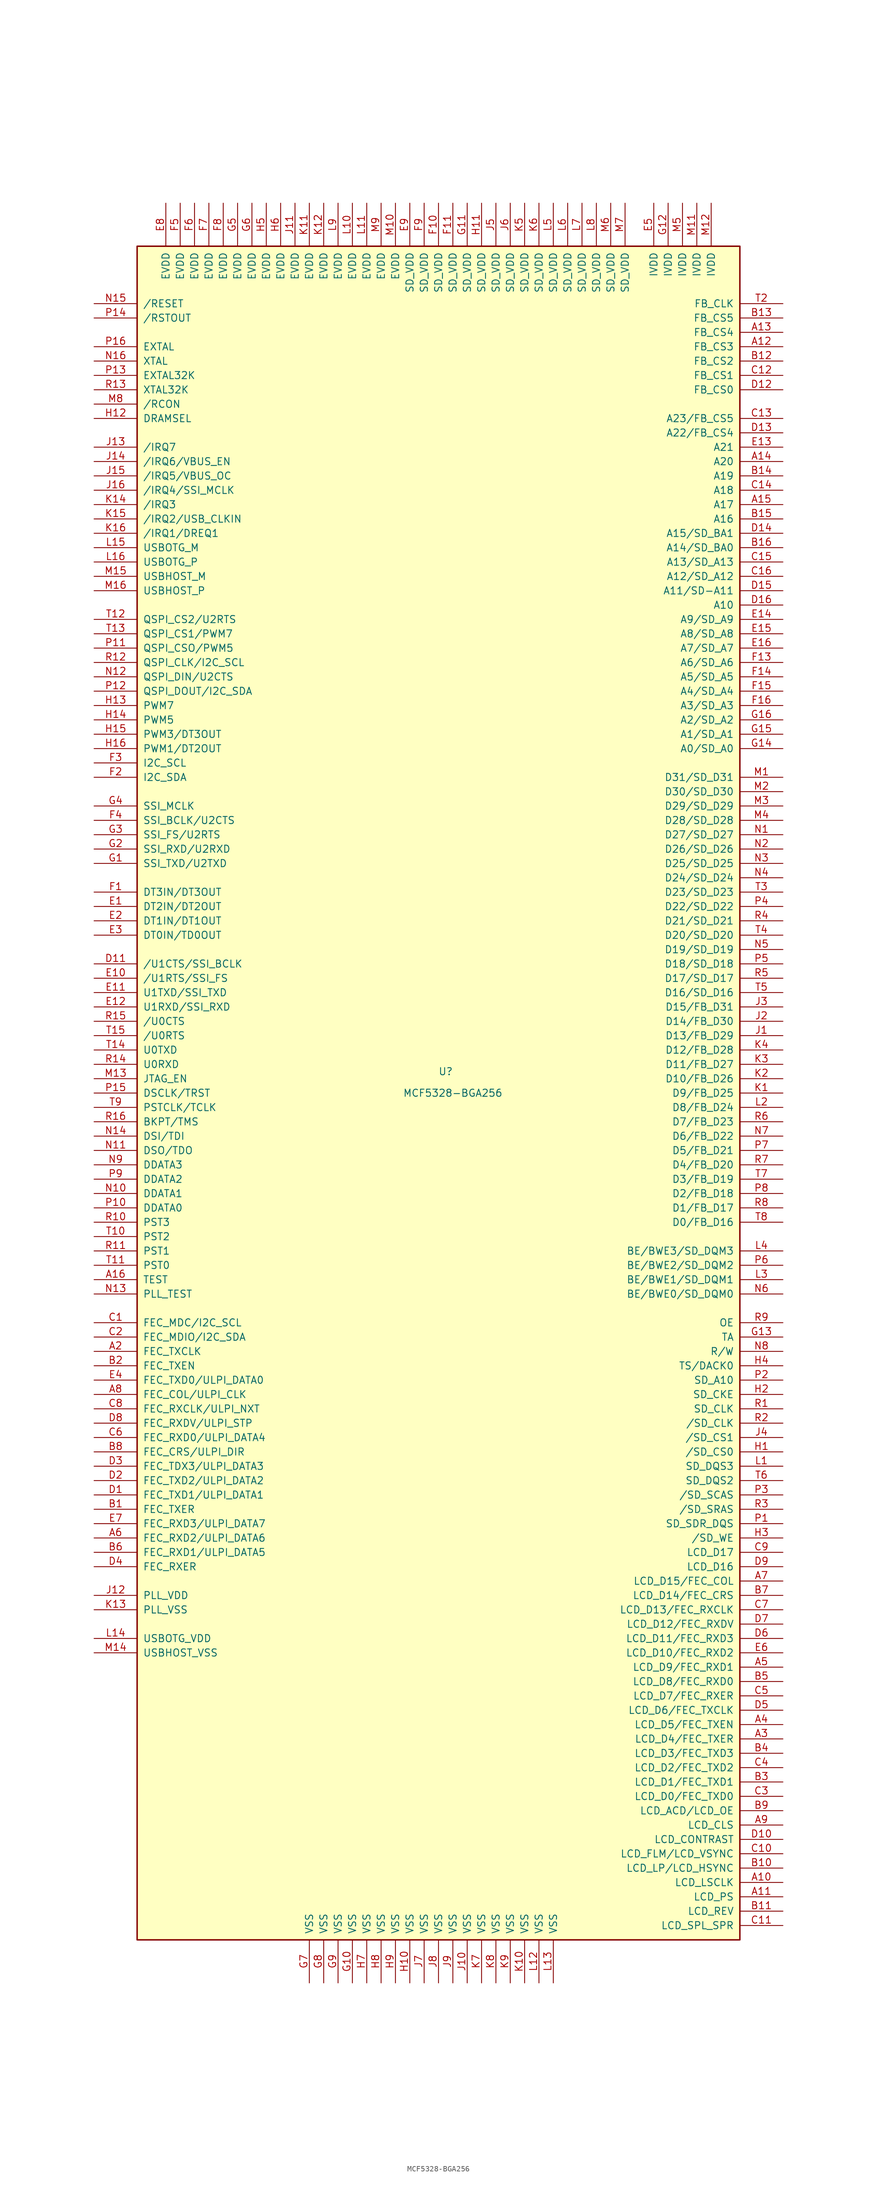
<source format=kicad_sym>
(kicad_symbol_lib
  (version 20201005)
  (generator kicad_symbol_editor)
  (symbol "MCU_NXP_ColdFire:MCF5328-BGA256"
    (pin_names
      (offset 1.016))
    (property "Reference" "U"
      (at 1.27 3.81 0)
      (effects (font (size 1.27 1.27))))
    (property "Value" "MCF5328-BGA256"
      (at 2.54 0 0)
      (effects (font (size 1.27 1.27))))
    (symbol "MCF5328-BGA256_0_1"
      (rectangle (start -53.34 149.86) (end 53.34 -149.86) (stroke (width 0.254)) (fill (type background))))
    (symbol "MCF5328-BGA256_1_1"
      (pin output line (at 60.96 -139.7 180) (length 7.62) (name "LCD_LSCLK" (effects (font (size 1.27 1.27)))) (number "A10" (effects (font (size 1.27 1.27)))))
      (pin output line (at 60.96 -142.24 180) (length 7.62) (name "LCD_PS" (effects (font (size 1.27 1.27)))) (number "A11" (effects (font (size 1.27 1.27)))))
      (pin output line (at 60.96 132.08 180) (length 7.62) (name "FB_CS3" (effects (font (size 1.27 1.27)))) (number "A12" (effects (font (size 1.27 1.27)))))
      (pin output line (at 60.96 134.62 180) (length 7.62) (name "FB_CS4" (effects (font (size 1.27 1.27)))) (number "A13" (effects (font (size 1.27 1.27)))))
      (pin output line (at 60.96 111.76 180) (length 7.62) (name "A20" (effects (font (size 1.27 1.27)))) (number "A14" (effects (font (size 1.27 1.27)))))
      (pin output line (at 60.96 104.14 180) (length 7.62) (name "A17" (effects (font (size 1.27 1.27)))) (number "A15" (effects (font (size 1.27 1.27)))))
      (pin input line (at -60.96 -33.02 0) (length 7.62) (name "TEST" (effects (font (size 1.27 1.27)))) (number "A16" (effects (font (size 1.27 1.27)))))
      (pin input line (at -60.96 -45.72 0) (length 7.62) (name "FEC_TXCLK" (effects (font (size 1.27 1.27)))) (number "A2" (effects (font (size 1.27 1.27)))))
      (pin output line (at 60.96 -114.3 180) (length 7.62) (name "LCD_D4/FEC_TXER" (effects (font (size 1.27 1.27)))) (number "A3" (effects (font (size 1.27 1.27)))))
      (pin output line (at 60.96 -111.76 180) (length 7.62) (name "LCD_D5/FEC_TXEN" (effects (font (size 1.27 1.27)))) (number "A4" (effects (font (size 1.27 1.27)))))
      (pin output line (at 60.96 -101.6 180) (length 7.62) (name "LCD_D9/FEC_RXD1" (effects (font (size 1.27 1.27)))) (number "A5" (effects (font (size 1.27 1.27)))))
      (pin input line (at -60.96 -78.74 0) (length 7.62) (name "FEC_RXD2/ULPI_DATA6" (effects (font (size 1.27 1.27)))) (number "A6" (effects (font (size 1.27 1.27)))))
      (pin output line (at 60.96 -86.36 180) (length 7.62) (name "LCD_D15/FEC_COL" (effects (font (size 1.27 1.27)))) (number "A7" (effects (font (size 1.27 1.27)))))
      (pin input line (at -60.96 -53.34 0) (length 7.62) (name "FEC_COL/ULPI_CLK" (effects (font (size 1.27 1.27)))) (number "A8" (effects (font (size 1.27 1.27)))))
      (pin output line (at 60.96 -129.54 180) (length 7.62) (name "LCD_CLS" (effects (font (size 1.27 1.27)))) (number "A9" (effects (font (size 1.27 1.27)))))
      (pin output line (at -60.96 -73.66 0) (length 7.62) (name "FEC_TXER" (effects (font (size 1.27 1.27)))) (number "B1" (effects (font (size 1.27 1.27)))))
      (pin output line (at 60.96 -137.16 180) (length 7.62) (name "LCD_LP/LCD_HSYNC" (effects (font (size 1.27 1.27)))) (number "B10" (effects (font (size 1.27 1.27)))))
      (pin output line (at 60.96 -144.78 180) (length 7.62) (name "LCD_REV" (effects (font (size 1.27 1.27)))) (number "B11" (effects (font (size 1.27 1.27)))))
      (pin output line (at 60.96 129.54 180) (length 7.62) (name "FB_CS2" (effects (font (size 1.27 1.27)))) (number "B12" (effects (font (size 1.27 1.27)))))
      (pin output line (at 60.96 137.16 180) (length 7.62) (name "FB_CS5" (effects (font (size 1.27 1.27)))) (number "B13" (effects (font (size 1.27 1.27)))))
      (pin output line (at 60.96 109.22 180) (length 7.62) (name "A19" (effects (font (size 1.27 1.27)))) (number "B14" (effects (font (size 1.27 1.27)))))
      (pin output line (at 60.96 101.6 180) (length 7.62) (name "A16" (effects (font (size 1.27 1.27)))) (number "B15" (effects (font (size 1.27 1.27)))))
      (pin output line (at 60.96 96.52 180) (length 7.62) (name "A14/SD_BA0" (effects (font (size 1.27 1.27)))) (number "B16" (effects (font (size 1.27 1.27)))))
      (pin output line (at -60.96 -48.26 0) (length 7.62) (name "FEC_TXEN" (effects (font (size 1.27 1.27)))) (number "B2" (effects (font (size 1.27 1.27)))))
      (pin output line (at 60.96 -121.92 180) (length 7.62) (name "LCD_D1/FEC_TXD1" (effects (font (size 1.27 1.27)))) (number "B3" (effects (font (size 1.27 1.27)))))
      (pin output line (at 60.96 -116.84 180) (length 7.62) (name "LCD_D3/FEC_TXD3" (effects (font (size 1.27 1.27)))) (number "B4" (effects (font (size 1.27 1.27)))))
      (pin output line (at 60.96 -104.14 180) (length 7.62) (name "LCD_D8/FEC_RXD0" (effects (font (size 1.27 1.27)))) (number "B5" (effects (font (size 1.27 1.27)))))
      (pin input line (at -60.96 -81.28 0) (length 7.62) (name "FEC_RXD1/ULPI_DATA5" (effects (font (size 1.27 1.27)))) (number "B6" (effects (font (size 1.27 1.27)))))
      (pin output line (at 60.96 -88.9 180) (length 7.62) (name "LCD_D14/FEC_CRS" (effects (font (size 1.27 1.27)))) (number "B7" (effects (font (size 1.27 1.27)))))
      (pin input line (at -60.96 -63.5 0) (length 7.62) (name "FEC_CRS/ULPI_DIR" (effects (font (size 1.27 1.27)))) (number "B8" (effects (font (size 1.27 1.27)))))
      (pin output line (at 60.96 -127 180) (length 7.62) (name "LCD_ACD/LCD_OE" (effects (font (size 1.27 1.27)))) (number "B9" (effects (font (size 1.27 1.27)))))
      (pin output line (at -60.96 -40.64 0) (length 7.62) (name "FEC_MDC/I2C_SCL" (effects (font (size 1.27 1.27)))) (number "C1" (effects (font (size 1.27 1.27)))))
      (pin output line (at 60.96 -134.62 180) (length 7.62) (name "LCD_FLM/LCD_VSYNC" (effects (font (size 1.27 1.27)))) (number "C10" (effects (font (size 1.27 1.27)))))
      (pin output line (at 60.96 -147.32 180) (length 7.62) (name "LCD_SPL_SPR" (effects (font (size 1.27 1.27)))) (number "C11" (effects (font (size 1.27 1.27)))))
      (pin output line (at 60.96 127 180) (length 7.62) (name "FB_CS1" (effects (font (size 1.27 1.27)))) (number "C12" (effects (font (size 1.27 1.27)))))
      (pin output line (at 60.96 119.38 180) (length 7.62) (name "A23/FB_CS5" (effects (font (size 1.27 1.27)))) (number "C13" (effects (font (size 1.27 1.27)))))
      (pin output line (at 60.96 106.68 180) (length 7.62) (name "A18" (effects (font (size 1.27 1.27)))) (number "C14" (effects (font (size 1.27 1.27)))))
      (pin output line (at 60.96 93.98 180) (length 7.62) (name "A13/SD_A13" (effects (font (size 1.27 1.27)))) (number "C15" (effects (font (size 1.27 1.27)))))
      (pin output line (at 60.96 91.44 180) (length 7.62) (name "A12/SD_A12" (effects (font (size 1.27 1.27)))) (number "C16" (effects (font (size 1.27 1.27)))))
      (pin bidirectional line (at -60.96 -43.18 0) (length 7.62) (name "FEC_MDIO/I2C_SDA" (effects (font (size 1.27 1.27)))) (number "C2" (effects (font (size 1.27 1.27)))))
      (pin output line (at 60.96 -124.46 180) (length 7.62) (name "LCD_D0/FEC_TXD0" (effects (font (size 1.27 1.27)))) (number "C3" (effects (font (size 1.27 1.27)))))
      (pin output line (at 60.96 -119.38 180) (length 7.62) (name "LCD_D2/FEC_TXD2" (effects (font (size 1.27 1.27)))) (number "C4" (effects (font (size 1.27 1.27)))))
      (pin output line (at 60.96 -106.68 180) (length 7.62) (name "LCD_D7/FEC_RXER" (effects (font (size 1.27 1.27)))) (number "C5" (effects (font (size 1.27 1.27)))))
      (pin input line (at -60.96 -60.96 0) (length 7.62) (name "FEC_RXD0/ULPI_DATA4" (effects (font (size 1.27 1.27)))) (number "C6" (effects (font (size 1.27 1.27)))))
      (pin output line (at 60.96 -91.44 180) (length 7.62) (name "LCD_D13/FEC_RXCLK" (effects (font (size 1.27 1.27)))) (number "C7" (effects (font (size 1.27 1.27)))))
      (pin input line (at -60.96 -55.88 0) (length 7.62) (name "FEC_RXCLK/ULPI_NXT" (effects (font (size 1.27 1.27)))) (number "C8" (effects (font (size 1.27 1.27)))))
      (pin output line (at 60.96 -81.28 180) (length 7.62) (name "LCD_D17" (effects (font (size 1.27 1.27)))) (number "C9" (effects (font (size 1.27 1.27)))))
      (pin output line (at -60.96 -71.12 0) (length 7.62) (name "FEC_TXD1/ULPI_DATA1" (effects (font (size 1.27 1.27)))) (number "D1" (effects (font (size 1.27 1.27)))))
      (pin output line (at 60.96 -132.08 180) (length 7.62) (name "LCD_CONTRAST" (effects (font (size 1.27 1.27)))) (number "D10" (effects (font (size 1.27 1.27)))))
      (pin input line (at -60.96 22.86 0) (length 7.62) (name "/U1CTS/SSI_BCLK" (effects (font (size 1.27 1.27)))) (number "D11" (effects (font (size 1.27 1.27)))))
      (pin output line (at 60.96 124.46 180) (length 7.62) (name "FB_CS0" (effects (font (size 1.27 1.27)))) (number "D12" (effects (font (size 1.27 1.27)))))
      (pin output line (at 60.96 116.84 180) (length 7.62) (name "A22/FB_CS4" (effects (font (size 1.27 1.27)))) (number "D13" (effects (font (size 1.27 1.27)))))
      (pin output line (at 60.96 99.06 180) (length 7.62) (name "A15/SD_BA1" (effects (font (size 1.27 1.27)))) (number "D14" (effects (font (size 1.27 1.27)))))
      (pin output line (at 60.96 88.9 180) (length 7.62) (name "A11/SD-A11" (effects (font (size 1.27 1.27)))) (number "D15" (effects (font (size 1.27 1.27)))))
      (pin output line (at 60.96 86.36 180) (length 7.62) (name "A10" (effects (font (size 1.27 1.27)))) (number "D16" (effects (font (size 1.27 1.27)))))
      (pin output line (at -60.96 -68.58 0) (length 7.62) (name "FEC_TXD2/ULPI_DATA2" (effects (font (size 1.27 1.27)))) (number "D2" (effects (font (size 1.27 1.27)))))
      (pin output line (at -60.96 -66.04 0) (length 7.62) (name "FEC_TDX3/ULPI_DATA3" (effects (font (size 1.27 1.27)))) (number "D3" (effects (font (size 1.27 1.27)))))
      (pin input line (at -60.96 -83.82 0) (length 7.62) (name "FEC_RXER" (effects (font (size 1.27 1.27)))) (number "D4" (effects (font (size 1.27 1.27)))))
      (pin output line (at 60.96 -109.22 180) (length 7.62) (name "LCD_D6/FEC_TXCLK" (effects (font (size 1.27 1.27)))) (number "D5" (effects (font (size 1.27 1.27)))))
      (pin output line (at 60.96 -96.52 180) (length 7.62) (name "LCD_D11/FEC_RXD3" (effects (font (size 1.27 1.27)))) (number "D6" (effects (font (size 1.27 1.27)))))
      (pin output line (at 60.96 -93.98 180) (length 7.62) (name "LCD_D12/FEC_RXDV" (effects (font (size 1.27 1.27)))) (number "D7" (effects (font (size 1.27 1.27)))))
      (pin input line (at -60.96 -58.42 0) (length 7.62) (name "FEC_RXDV/ULPI_STP" (effects (font (size 1.27 1.27)))) (number "D8" (effects (font (size 1.27 1.27)))))
      (pin output line (at 60.96 -83.82 180) (length 7.62) (name "LCD_D16" (effects (font (size 1.27 1.27)))) (number "D9" (effects (font (size 1.27 1.27)))))
      (pin input line (at -60.96 33.02 0) (length 7.62) (name "DT2IN/DT2OUT" (effects (font (size 1.27 1.27)))) (number "E1" (effects (font (size 1.27 1.27)))))
      (pin output line (at -60.96 20.32 0) (length 7.62) (name "/U1RTS/SSI_FS" (effects (font (size 1.27 1.27)))) (number "E10" (effects (font (size 1.27 1.27)))))
      (pin output line (at -60.96 17.78 0) (length 7.62) (name "U1TXD/SSI_TXD" (effects (font (size 1.27 1.27)))) (number "E11" (effects (font (size 1.27 1.27)))))
      (pin input line (at -60.96 15.24 0) (length 7.62) (name "U1RXD/SSI_RXD" (effects (font (size 1.27 1.27)))) (number "E12" (effects (font (size 1.27 1.27)))))
      (pin output line (at 60.96 114.3 180) (length 7.62) (name "A21" (effects (font (size 1.27 1.27)))) (number "E13" (effects (font (size 1.27 1.27)))))
      (pin output line (at 60.96 83.82 180) (length 7.62) (name "A9/SD_A9" (effects (font (size 1.27 1.27)))) (number "E14" (effects (font (size 1.27 1.27)))))
      (pin output line (at 60.96 81.28 180) (length 7.62) (name "A8/SD_A8" (effects (font (size 1.27 1.27)))) (number "E15" (effects (font (size 1.27 1.27)))))
      (pin output line (at 60.96 78.74 180) (length 7.62) (name "A7/SD_A7" (effects (font (size 1.27 1.27)))) (number "E16" (effects (font (size 1.27 1.27)))))
      (pin input line (at -60.96 30.48 0) (length 7.62) (name "DT1IN/DT1OUT" (effects (font (size 1.27 1.27)))) (number "E2" (effects (font (size 1.27 1.27)))))
      (pin input line (at -60.96 27.94 0) (length 7.62) (name "DT0IN/TD0OUT" (effects (font (size 1.27 1.27)))) (number "E3" (effects (font (size 1.27 1.27)))))
      (pin output line (at -60.96 -50.8 0) (length 7.62) (name "FEC_TXD0/ULPI_DATA0" (effects (font (size 1.27 1.27)))) (number "E4" (effects (font (size 1.27 1.27)))))
      (pin power_in line (at 38.1 157.48 270) (length 7.62) (name "IVDD" (effects (font (size 1.27 1.27)))) (number "E5" (effects (font (size 1.27 1.27)))))
      (pin output line (at 60.96 -99.06 180) (length 7.62) (name "LCD_D10/FEC_RXD2" (effects (font (size 1.27 1.27)))) (number "E6" (effects (font (size 1.27 1.27)))))
      (pin input line (at -60.96 -76.2 0) (length 7.62) (name "FEC_RXD3/ULPI_DATA7" (effects (font (size 1.27 1.27)))) (number "E7" (effects (font (size 1.27 1.27)))))
      (pin power_in line (at -48.26 157.48 270) (length 7.62) (name "EVDD" (effects (font (size 1.27 1.27)))) (number "E8" (effects (font (size 1.27 1.27)))))
      (pin power_in line (at -5.08 157.48 270) (length 7.62) (name "SD_VDD" (effects (font (size 1.27 1.27)))) (number "E9" (effects (font (size 1.27 1.27)))))
      (pin input line (at -60.96 35.56 0) (length 7.62) (name "DT3IN/DT3OUT" (effects (font (size 1.27 1.27)))) (number "F1" (effects (font (size 1.27 1.27)))))
      (pin power_in line (at 0 157.48 270) (length 7.62) (name "SD_VDD" (effects (font (size 1.27 1.27)))) (number "F10" (effects (font (size 1.27 1.27)))))
      (pin power_in line (at 2.54 157.48 270) (length 7.62) (name "SD_VDD" (effects (font (size 1.27 1.27)))) (number "F11" (effects (font (size 1.27 1.27)))))
      (pin output line (at 60.96 76.2 180) (length 7.62) (name "A6/SD_A6" (effects (font (size 1.27 1.27)))) (number "F13" (effects (font (size 1.27 1.27)))))
      (pin output line (at 60.96 73.66 180) (length 7.62) (name "A5/SD_A5" (effects (font (size 1.27 1.27)))) (number "F14" (effects (font (size 1.27 1.27)))))
      (pin output line (at 60.96 71.12 180) (length 7.62) (name "A4/SD_A4" (effects (font (size 1.27 1.27)))) (number "F15" (effects (font (size 1.27 1.27)))))
      (pin output line (at 60.96 68.58 180) (length 7.62) (name "A3/SD_A3" (effects (font (size 1.27 1.27)))) (number "F16" (effects (font (size 1.27 1.27)))))
      (pin bidirectional line (at -60.96 55.88 0) (length 7.62) (name "I2C_SDA" (effects (font (size 1.27 1.27)))) (number "F2" (effects (font (size 1.27 1.27)))))
      (pin bidirectional line (at -60.96 58.42 0) (length 7.62) (name "I2C_SCL" (effects (font (size 1.27 1.27)))) (number "F3" (effects (font (size 1.27 1.27)))))
      (pin bidirectional line (at -60.96 48.26 0) (length 7.62) (name "SSI_BCLK/U2CTS" (effects (font (size 1.27 1.27)))) (number "F4" (effects (font (size 1.27 1.27)))))
      (pin power_in line (at -45.72 157.48 270) (length 7.62) (name "EVDD" (effects (font (size 1.27 1.27)))) (number "F5" (effects (font (size 1.27 1.27)))))
      (pin power_in line (at -43.18 157.48 270) (length 7.62) (name "EVDD" (effects (font (size 1.27 1.27)))) (number "F6" (effects (font (size 1.27 1.27)))))
      (pin power_in line (at -40.64 157.48 270) (length 7.62) (name "EVDD" (effects (font (size 1.27 1.27)))) (number "F7" (effects (font (size 1.27 1.27)))))
      (pin power_in line (at -38.1 157.48 270) (length 7.62) (name "EVDD" (effects (font (size 1.27 1.27)))) (number "F8" (effects (font (size 1.27 1.27)))))
      (pin power_in line (at -2.54 157.48 270) (length 7.62) (name "SD_VDD" (effects (font (size 1.27 1.27)))) (number "F9" (effects (font (size 1.27 1.27)))))
      (pin output line (at -60.96 40.64 0) (length 7.62) (name "SSI_TXD/U2TXD" (effects (font (size 1.27 1.27)))) (number "G1" (effects (font (size 1.27 1.27)))))
      (pin power_in line (at -15.24 -157.48 90) (length 7.62) (name "VSS" (effects (font (size 1.27 1.27)))) (number "G10" (effects (font (size 1.27 1.27)))))
      (pin power_in line (at 5.08 157.48 270) (length 7.62) (name "SD_VDD" (effects (font (size 1.27 1.27)))) (number "G11" (effects (font (size 1.27 1.27)))))
      (pin power_in line (at 40.64 157.48 270) (length 7.62) (name "IVDD" (effects (font (size 1.27 1.27)))) (number "G12" (effects (font (size 1.27 1.27)))))
      (pin input line (at 60.96 -43.18 180) (length 7.62) (name "TA" (effects (font (size 1.27 1.27)))) (number "G13" (effects (font (size 1.27 1.27)))))
      (pin output line (at 60.96 60.96 180) (length 7.62) (name "A0/SD_A0" (effects (font (size 1.27 1.27)))) (number "G14" (effects (font (size 1.27 1.27)))))
      (pin output line (at 60.96 63.5 180) (length 7.62) (name "A1/SD_A1" (effects (font (size 1.27 1.27)))) (number "G15" (effects (font (size 1.27 1.27)))))
      (pin output line (at 60.96 66.04 180) (length 7.62) (name "A2/SD_A2" (effects (font (size 1.27 1.27)))) (number "G16" (effects (font (size 1.27 1.27)))))
      (pin input line (at -60.96 43.18 0) (length 7.62) (name "SSI_RXD/U2RXD" (effects (font (size 1.27 1.27)))) (number "G2" (effects (font (size 1.27 1.27)))))
      (pin bidirectional line (at -60.96 45.72 0) (length 7.62) (name "SSI_FS/U2RTS" (effects (font (size 1.27 1.27)))) (number "G3" (effects (font (size 1.27 1.27)))))
      (pin bidirectional line (at -60.96 50.8 0) (length 7.62) (name "SSI_MCLK" (effects (font (size 1.27 1.27)))) (number "G4" (effects (font (size 1.27 1.27)))))
      (pin power_in line (at -35.56 157.48 270) (length 7.62) (name "EVDD" (effects (font (size 1.27 1.27)))) (number "G5" (effects (font (size 1.27 1.27)))))
      (pin power_in line (at -33.02 157.48 270) (length 7.62) (name "EVDD" (effects (font (size 1.27 1.27)))) (number "G6" (effects (font (size 1.27 1.27)))))
      (pin power_in line (at -22.86 -157.48 90) (length 7.62) (name "VSS" (effects (font (size 1.27 1.27)))) (number "G7" (effects (font (size 1.27 1.27)))))
      (pin power_in line (at -20.32 -157.48 90) (length 7.62) (name "VSS" (effects (font (size 1.27 1.27)))) (number "G8" (effects (font (size 1.27 1.27)))))
      (pin power_in line (at -17.78 -157.48 90) (length 7.62) (name "VSS" (effects (font (size 1.27 1.27)))) (number "G9" (effects (font (size 1.27 1.27)))))
      (pin output line (at 60.96 -63.5 180) (length 7.62) (name "/SD_CS0" (effects (font (size 1.27 1.27)))) (number "H1" (effects (font (size 1.27 1.27)))))
      (pin power_in line (at -5.08 -157.48 90) (length 7.62) (name "VSS" (effects (font (size 1.27 1.27)))) (number "H10" (effects (font (size 1.27 1.27)))))
      (pin power_in line (at 7.62 157.48 270) (length 7.62) (name "SD_VDD" (effects (font (size 1.27 1.27)))) (number "H11" (effects (font (size 1.27 1.27)))))
      (pin input line (at -60.96 119.38 0) (length 7.62) (name "DRAMSEL" (effects (font (size 1.27 1.27)))) (number "H12" (effects (font (size 1.27 1.27)))))
      (pin bidirectional line (at -60.96 68.58 0) (length 7.62) (name "PWM7" (effects (font (size 1.27 1.27)))) (number "H13" (effects (font (size 1.27 1.27)))))
      (pin bidirectional line (at -60.96 66.04 0) (length 7.62) (name "PWM5" (effects (font (size 1.27 1.27)))) (number "H14" (effects (font (size 1.27 1.27)))))
      (pin bidirectional line (at -60.96 63.5 0) (length 7.62) (name "PWM3/DT3OUT" (effects (font (size 1.27 1.27)))) (number "H15" (effects (font (size 1.27 1.27)))))
      (pin bidirectional line (at -60.96 60.96 0) (length 7.62) (name "PWM1/DT2OUT" (effects (font (size 1.27 1.27)))) (number "H16" (effects (font (size 1.27 1.27)))))
      (pin output line (at 60.96 -53.34 180) (length 7.62) (name "SD_CKE" (effects (font (size 1.27 1.27)))) (number "H2" (effects (font (size 1.27 1.27)))))
      (pin output line (at 60.96 -78.74 180) (length 7.62) (name "/SD_WE" (effects (font (size 1.27 1.27)))) (number "H3" (effects (font (size 1.27 1.27)))))
      (pin output line (at 60.96 -48.26 180) (length 7.62) (name "TS/DACK0" (effects (font (size 1.27 1.27)))) (number "H4" (effects (font (size 1.27 1.27)))))
      (pin power_in line (at -30.48 157.48 270) (length 7.62) (name "EVDD" (effects (font (size 1.27 1.27)))) (number "H5" (effects (font (size 1.27 1.27)))))
      (pin power_in line (at -27.94 157.48 270) (length 7.62) (name "EVDD" (effects (font (size 1.27 1.27)))) (number "H6" (effects (font (size 1.27 1.27)))))
      (pin power_in line (at -12.7 -157.48 90) (length 7.62) (name "VSS" (effects (font (size 1.27 1.27)))) (number "H7" (effects (font (size 1.27 1.27)))))
      (pin power_in line (at -10.16 -157.48 90) (length 7.62) (name "VSS" (effects (font (size 1.27 1.27)))) (number "H8" (effects (font (size 1.27 1.27)))))
      (pin power_in line (at -7.62 -157.48 90) (length 7.62) (name "VSS" (effects (font (size 1.27 1.27)))) (number "H9" (effects (font (size 1.27 1.27)))))
      (pin output line (at 60.96 10.16 180) (length 7.62) (name "D13/FB_D29" (effects (font (size 1.27 1.27)))) (number "J1" (effects (font (size 1.27 1.27)))))
      (pin power_in line (at 5.08 -157.48 90) (length 7.62) (name "VSS" (effects (font (size 1.27 1.27)))) (number "J10" (effects (font (size 1.27 1.27)))))
      (pin power_in line (at -25.4 157.48 270) (length 7.62) (name "EVDD" (effects (font (size 1.27 1.27)))) (number "J11" (effects (font (size 1.27 1.27)))))
      (pin power_in line (at -60.96 -88.9 0) (length 7.62) (name "PLL_VDD" (effects (font (size 1.27 1.27)))) (number "J12" (effects (font (size 1.27 1.27)))))
      (pin input line (at -60.96 114.3 0) (length 7.62) (name "/IRQ7" (effects (font (size 1.27 1.27)))) (number "J13" (effects (font (size 1.27 1.27)))))
      (pin input line (at -60.96 111.76 0) (length 7.62) (name "/IRQ6/VBUS_EN" (effects (font (size 1.27 1.27)))) (number "J14" (effects (font (size 1.27 1.27)))))
      (pin input line (at -60.96 109.22 0) (length 7.62) (name "/IRQ5/VBUS_OC" (effects (font (size 1.27 1.27)))) (number "J15" (effects (font (size 1.27 1.27)))))
      (pin input line (at -60.96 106.68 0) (length 7.62) (name "/IRQ4/SSI_MCLK" (effects (font (size 1.27 1.27)))) (number "J16" (effects (font (size 1.27 1.27)))))
      (pin output line (at 60.96 12.7 180) (length 7.62) (name "D14/FB_D30" (effects (font (size 1.27 1.27)))) (number "J2" (effects (font (size 1.27 1.27)))))
      (pin output line (at 60.96 15.24 180) (length 7.62) (name "D15/FB_D31" (effects (font (size 1.27 1.27)))) (number "J3" (effects (font (size 1.27 1.27)))))
      (pin output line (at 60.96 -60.96 180) (length 7.62) (name "/SD_CS1" (effects (font (size 1.27 1.27)))) (number "J4" (effects (font (size 1.27 1.27)))))
      (pin power_in line (at 10.16 157.48 270) (length 7.62) (name "SD_VDD" (effects (font (size 1.27 1.27)))) (number "J5" (effects (font (size 1.27 1.27)))))
      (pin power_in line (at 12.7 157.48 270) (length 7.62) (name "SD_VDD" (effects (font (size 1.27 1.27)))) (number "J6" (effects (font (size 1.27 1.27)))))
      (pin power_in line (at -2.54 -157.48 90) (length 7.62) (name "VSS" (effects (font (size 1.27 1.27)))) (number "J7" (effects (font (size 1.27 1.27)))))
      (pin power_in line (at 0 -157.48 90) (length 7.62) (name "VSS" (effects (font (size 1.27 1.27)))) (number "J8" (effects (font (size 1.27 1.27)))))
      (pin power_in line (at 2.54 -157.48 90) (length 7.62) (name "VSS" (effects (font (size 1.27 1.27)))) (number "J9" (effects (font (size 1.27 1.27)))))
      (pin output line (at 60.96 0 180) (length 7.62) (name "D9/FB_D25" (effects (font (size 1.27 1.27)))) (number "K1" (effects (font (size 1.27 1.27)))))
      (pin power_in line (at 15.24 -157.48 90) (length 7.62) (name "VSS" (effects (font (size 1.27 1.27)))) (number "K10" (effects (font (size 1.27 1.27)))))
      (pin power_in line (at -22.86 157.48 270) (length 7.62) (name "EVDD" (effects (font (size 1.27 1.27)))) (number "K11" (effects (font (size 1.27 1.27)))))
      (pin power_in line (at -20.32 157.48 270) (length 7.62) (name "EVDD" (effects (font (size 1.27 1.27)))) (number "K12" (effects (font (size 1.27 1.27)))))
      (pin power_in line (at -60.96 -91.44 0) (length 7.62) (name "PLL_VSS" (effects (font (size 1.27 1.27)))) (number "K13" (effects (font (size 1.27 1.27)))))
      (pin input line (at -60.96 104.14 0) (length 7.62) (name "/IRQ3" (effects (font (size 1.27 1.27)))) (number "K14" (effects (font (size 1.27 1.27)))))
      (pin input line (at -60.96 101.6 0) (length 7.62) (name "/IRQ2/USB_CLKIN" (effects (font (size 1.27 1.27)))) (number "K15" (effects (font (size 1.27 1.27)))))
      (pin input line (at -60.96 99.06 0) (length 7.62) (name "/IRQ1/DREQ1" (effects (font (size 1.27 1.27)))) (number "K16" (effects (font (size 1.27 1.27)))))
      (pin output line (at 60.96 2.54 180) (length 7.62) (name "D10/FB_D26" (effects (font (size 1.27 1.27)))) (number "K2" (effects (font (size 1.27 1.27)))))
      (pin output line (at 60.96 5.08 180) (length 7.62) (name "D11/FB_D27" (effects (font (size 1.27 1.27)))) (number "K3" (effects (font (size 1.27 1.27)))))
      (pin output line (at 60.96 7.62 180) (length 7.62) (name "D12/FB_D28" (effects (font (size 1.27 1.27)))) (number "K4" (effects (font (size 1.27 1.27)))))
      (pin power_in line (at 15.24 157.48 270) (length 7.62) (name "SD_VDD" (effects (font (size 1.27 1.27)))) (number "K5" (effects (font (size 1.27 1.27)))))
      (pin power_in line (at 17.78 157.48 270) (length 7.62) (name "SD_VDD" (effects (font (size 1.27 1.27)))) (number "K6" (effects (font (size 1.27 1.27)))))
      (pin power_in line (at 7.62 -157.48 90) (length 7.62) (name "VSS" (effects (font (size 1.27 1.27)))) (number "K7" (effects (font (size 1.27 1.27)))))
      (pin power_in line (at 10.16 -157.48 90) (length 7.62) (name "VSS" (effects (font (size 1.27 1.27)))) (number "K8" (effects (font (size 1.27 1.27)))))
      (pin power_in line (at 12.7 -157.48 90) (length 7.62) (name "VSS" (effects (font (size 1.27 1.27)))) (number "K9" (effects (font (size 1.27 1.27)))))
      (pin input line (at 60.96 -66.04 180) (length 7.62) (name "SD_DQS3" (effects (font (size 1.27 1.27)))) (number "L1" (effects (font (size 1.27 1.27)))))
      (pin power_in line (at -15.24 157.48 270) (length 7.62) (name "EVDD" (effects (font (size 1.27 1.27)))) (number "L10" (effects (font (size 1.27 1.27)))))
      (pin power_in line (at -12.7 157.48 270) (length 7.62) (name "EVDD" (effects (font (size 1.27 1.27)))) (number "L11" (effects (font (size 1.27 1.27)))))
      (pin power_in line (at 17.78 -157.48 90) (length 7.62) (name "VSS" (effects (font (size 1.27 1.27)))) (number "L12" (effects (font (size 1.27 1.27)))))
      (pin power_in line (at 20.32 -157.48 90) (length 7.62) (name "VSS" (effects (font (size 1.27 1.27)))) (number "L13" (effects (font (size 1.27 1.27)))))
      (pin power_in line (at -60.96 -96.52 0) (length 7.62) (name "USBOTG_VDD" (effects (font (size 1.27 1.27)))) (number "L14" (effects (font (size 1.27 1.27)))))
      (pin bidirectional line (at -60.96 96.52 0) (length 7.62) (name "USBOTG_M" (effects (font (size 1.27 1.27)))) (number "L15" (effects (font (size 1.27 1.27)))))
      (pin bidirectional line (at -60.96 93.98 0) (length 7.62) (name "USBOTG_P" (effects (font (size 1.27 1.27)))) (number "L16" (effects (font (size 1.27 1.27)))))
      (pin output line (at 60.96 -2.54 180) (length 7.62) (name "D8/FB_D24" (effects (font (size 1.27 1.27)))) (number "L2" (effects (font (size 1.27 1.27)))))
      (pin output line (at 60.96 -33.02 180) (length 7.62) (name "BE/BWE1/SD_DQM1" (effects (font (size 1.27 1.27)))) (number "L3" (effects (font (size 1.27 1.27)))))
      (pin output line (at 60.96 -27.94 180) (length 7.62) (name "BE/BWE3/SD_DQM3" (effects (font (size 1.27 1.27)))) (number "L4" (effects (font (size 1.27 1.27)))))
      (pin power_in line (at 20.32 157.48 270) (length 7.62) (name "SD_VDD" (effects (font (size 1.27 1.27)))) (number "L5" (effects (font (size 1.27 1.27)))))
      (pin power_in line (at 22.86 157.48 270) (length 7.62) (name "SD_VDD" (effects (font (size 1.27 1.27)))) (number "L6" (effects (font (size 1.27 1.27)))))
      (pin power_in line (at 25.4 157.48 270) (length 7.62) (name "SD_VDD" (effects (font (size 1.27 1.27)))) (number "L7" (effects (font (size 1.27 1.27)))))
      (pin power_in line (at 27.94 157.48 270) (length 7.62) (name "SD_VDD" (effects (font (size 1.27 1.27)))) (number "L8" (effects (font (size 1.27 1.27)))))
      (pin power_in line (at -17.78 157.48 270) (length 7.62) (name "EVDD" (effects (font (size 1.27 1.27)))) (number "L9" (effects (font (size 1.27 1.27)))))
      (pin output line (at 60.96 55.88 180) (length 7.62) (name "D31/SD_D31" (effects (font (size 1.27 1.27)))) (number "M1" (effects (font (size 1.27 1.27)))))
      (pin power_in line (at -7.62 157.48 270) (length 7.62) (name "EVDD" (effects (font (size 1.27 1.27)))) (number "M10" (effects (font (size 1.27 1.27)))))
      (pin power_in line (at 45.72 157.48 270) (length 7.62) (name "IVDD" (effects (font (size 1.27 1.27)))) (number "M11" (effects (font (size 1.27 1.27)))))
      (pin power_in line (at 48.26 157.48 270) (length 7.62) (name "IVDD" (effects (font (size 1.27 1.27)))) (number "M12" (effects (font (size 1.27 1.27)))))
      (pin input line (at -60.96 2.54 0) (length 7.62) (name "JTAG_EN" (effects (font (size 1.27 1.27)))) (number "M13" (effects (font (size 1.27 1.27)))))
      (pin power_in line (at -60.96 -99.06 0) (length 7.62) (name "USBHOST_VSS" (effects (font (size 1.27 1.27)))) (number "M14" (effects (font (size 1.27 1.27)))))
      (pin bidirectional line (at -60.96 91.44 0) (length 7.62) (name "USBHOST_M" (effects (font (size 1.27 1.27)))) (number "M15" (effects (font (size 1.27 1.27)))))
      (pin bidirectional line (at -60.96 88.9 0) (length 7.62) (name "USBHOST_P" (effects (font (size 1.27 1.27)))) (number "M16" (effects (font (size 1.27 1.27)))))
      (pin output line (at 60.96 53.34 180) (length 7.62) (name "D30/SD_D30" (effects (font (size 1.27 1.27)))) (number "M2" (effects (font (size 1.27 1.27)))))
      (pin output line (at 60.96 50.8 180) (length 7.62) (name "D29/SD_D29" (effects (font (size 1.27 1.27)))) (number "M3" (effects (font (size 1.27 1.27)))))
      (pin output line (at 60.96 48.26 180) (length 7.62) (name "D28/SD_D28" (effects (font (size 1.27 1.27)))) (number "M4" (effects (font (size 1.27 1.27)))))
      (pin power_in line (at 43.18 157.48 270) (length 7.62) (name "IVDD" (effects (font (size 1.27 1.27)))) (number "M5" (effects (font (size 1.27 1.27)))))
      (pin power_in line (at 30.48 157.48 270) (length 7.62) (name "SD_VDD" (effects (font (size 1.27 1.27)))) (number "M6" (effects (font (size 1.27 1.27)))))
      (pin power_in line (at 33.02 157.48 270) (length 7.62) (name "SD_VDD" (effects (font (size 1.27 1.27)))) (number "M7" (effects (font (size 1.27 1.27)))))
      (pin input line (at -60.96 121.92 0) (length 7.62) (name "/RCON" (effects (font (size 1.27 1.27)))) (number "M8" (effects (font (size 1.27 1.27)))))
      (pin power_in line (at -10.16 157.48 270) (length 7.62) (name "EVDD" (effects (font (size 1.27 1.27)))) (number "M9" (effects (font (size 1.27 1.27)))))
      (pin output line (at 60.96 45.72 180) (length 7.62) (name "D27/SD_D27" (effects (font (size 1.27 1.27)))) (number "N1" (effects (font (size 1.27 1.27)))))
      (pin output line (at -60.96 -17.78 0) (length 7.62) (name "DDATA1" (effects (font (size 1.27 1.27)))) (number "N10" (effects (font (size 1.27 1.27)))))
      (pin output line (at -60.96 -10.16 0) (length 7.62) (name "DSO/TDO" (effects (font (size 1.27 1.27)))) (number "N11" (effects (font (size 1.27 1.27)))))
      (pin input line (at -60.96 73.66 0) (length 7.62) (name "QSPI_DIN/U2CTS" (effects (font (size 1.27 1.27)))) (number "N12" (effects (font (size 1.27 1.27)))))
      (pin input line (at -60.96 -35.56 0) (length 7.62) (name "PLL_TEST" (effects (font (size 1.27 1.27)))) (number "N13" (effects (font (size 1.27 1.27)))))
      (pin input line (at -60.96 -7.62 0) (length 7.62) (name "DSI/TDI" (effects (font (size 1.27 1.27)))) (number "N14" (effects (font (size 1.27 1.27)))))
      (pin input line (at -60.96 139.7 0) (length 7.62) (name "/RESET" (effects (font (size 1.27 1.27)))) (number "N15" (effects (font (size 1.27 1.27)))))
      (pin output line (at -60.96 129.54 0) (length 7.62) (name "XTAL" (effects (font (size 1.27 1.27)))) (number "N16" (effects (font (size 1.27 1.27)))))
      (pin output line (at 60.96 43.18 180) (length 7.62) (name "D26/SD_D26" (effects (font (size 1.27 1.27)))) (number "N2" (effects (font (size 1.27 1.27)))))
      (pin output line (at 60.96 40.64 180) (length 7.62) (name "D25/SD_D25" (effects (font (size 1.27 1.27)))) (number "N3" (effects (font (size 1.27 1.27)))))
      (pin output line (at 60.96 38.1 180) (length 7.62) (name "D24/SD_D24" (effects (font (size 1.27 1.27)))) (number "N4" (effects (font (size 1.27 1.27)))))
      (pin output line (at 60.96 25.4 180) (length 7.62) (name "D19/SD_D19" (effects (font (size 1.27 1.27)))) (number "N5" (effects (font (size 1.27 1.27)))))
      (pin output line (at 60.96 -35.56 180) (length 7.62) (name "BE/BWE0/SD_DQM0" (effects (font (size 1.27 1.27)))) (number "N6" (effects (font (size 1.27 1.27)))))
      (pin output line (at 60.96 -7.62 180) (length 7.62) (name "D6/FB_D22" (effects (font (size 1.27 1.27)))) (number "N7" (effects (font (size 1.27 1.27)))))
      (pin output line (at 60.96 -45.72 180) (length 7.62) (name "R/W" (effects (font (size 1.27 1.27)))) (number "N8" (effects (font (size 1.27 1.27)))))
      (pin output line (at -60.96 -12.7 0) (length 7.62) (name "DDATA3" (effects (font (size 1.27 1.27)))) (number "N9" (effects (font (size 1.27 1.27)))))
      (pin output line (at 60.96 -76.2 180) (length 7.62) (name "SD_SDR_DQS" (effects (font (size 1.27 1.27)))) (number "P1" (effects (font (size 1.27 1.27)))))
      (pin output line (at -60.96 -20.32 0) (length 7.62) (name "DDATA0" (effects (font (size 1.27 1.27)))) (number "P10" (effects (font (size 1.27 1.27)))))
      (pin output line (at -60.96 78.74 0) (length 7.62) (name "QSPI_CSO/PWM5" (effects (font (size 1.27 1.27)))) (number "P11" (effects (font (size 1.27 1.27)))))
      (pin output line (at -60.96 71.12 0) (length 7.62) (name "QSPI_DOUT/I2C_SDA" (effects (font (size 1.27 1.27)))) (number "P12" (effects (font (size 1.27 1.27)))))
      (pin input line (at -60.96 127 0) (length 7.62) (name "EXTAL32K" (effects (font (size 1.27 1.27)))) (number "P13" (effects (font (size 1.27 1.27)))))
      (pin output line (at -60.96 137.16 0) (length 7.62) (name "/RSTOUT" (effects (font (size 1.27 1.27)))) (number "P14" (effects (font (size 1.27 1.27)))))
      (pin input line (at -60.96 0 0) (length 7.62) (name "DSCLK/TRST" (effects (font (size 1.27 1.27)))) (number "P15" (effects (font (size 1.27 1.27)))))
      (pin input line (at -60.96 132.08 0) (length 7.62) (name "EXTAL" (effects (font (size 1.27 1.27)))) (number "P16" (effects (font (size 1.27 1.27)))))
      (pin output line (at 60.96 -50.8 180) (length 7.62) (name "SD_A10" (effects (font (size 1.27 1.27)))) (number "P2" (effects (font (size 1.27 1.27)))))
      (pin output line (at 60.96 -71.12 180) (length 7.62) (name "/SD_SCAS" (effects (font (size 1.27 1.27)))) (number "P3" (effects (font (size 1.27 1.27)))))
      (pin output line (at 60.96 33.02 180) (length 7.62) (name "D22/SD_D22" (effects (font (size 1.27 1.27)))) (number "P4" (effects (font (size 1.27 1.27)))))
      (pin output line (at 60.96 22.86 180) (length 7.62) (name "D18/SD_D18" (effects (font (size 1.27 1.27)))) (number "P5" (effects (font (size 1.27 1.27)))))
      (pin output line (at 60.96 -30.48 180) (length 7.62) (name "BE/BWE2/SD_DQM2" (effects (font (size 1.27 1.27)))) (number "P6" (effects (font (size 1.27 1.27)))))
      (pin output line (at 60.96 -10.16 180) (length 7.62) (name "D5/FB_D21" (effects (font (size 1.27 1.27)))) (number "P7" (effects (font (size 1.27 1.27)))))
      (pin output line (at 60.96 -17.78 180) (length 7.62) (name "D2/FB_D18" (effects (font (size 1.27 1.27)))) (number "P8" (effects (font (size 1.27 1.27)))))
      (pin output line (at -60.96 -15.24 0) (length 7.62) (name "DDATA2" (effects (font (size 1.27 1.27)))) (number "P9" (effects (font (size 1.27 1.27)))))
      (pin output line (at 60.96 -55.88 180) (length 7.62) (name "SD_CLK" (effects (font (size 1.27 1.27)))) (number "R1" (effects (font (size 1.27 1.27)))))
      (pin output line (at -60.96 -22.86 0) (length 7.62) (name "PST3" (effects (font (size 1.27 1.27)))) (number "R10" (effects (font (size 1.27 1.27)))))
      (pin output line (at -60.96 -27.94 0) (length 7.62) (name "PST1" (effects (font (size 1.27 1.27)))) (number "R11" (effects (font (size 1.27 1.27)))))
      (pin output line (at -60.96 76.2 0) (length 7.62) (name "QSPI_CLK/I2C_SCL" (effects (font (size 1.27 1.27)))) (number "R12" (effects (font (size 1.27 1.27)))))
      (pin output line (at -60.96 124.46 0) (length 7.62) (name "XTAL32K" (effects (font (size 1.27 1.27)))) (number "R13" (effects (font (size 1.27 1.27)))))
      (pin input line (at -60.96 5.08 0) (length 7.62) (name "U0RXD" (effects (font (size 1.27 1.27)))) (number "R14" (effects (font (size 1.27 1.27)))))
      (pin input line (at -60.96 12.7 0) (length 7.62) (name "/U0CTS" (effects (font (size 1.27 1.27)))) (number "R15" (effects (font (size 1.27 1.27)))))
      (pin input line (at -60.96 -5.08 0) (length 7.62) (name "BKPT/TMS" (effects (font (size 1.27 1.27)))) (number "R16" (effects (font (size 1.27 1.27)))))
      (pin output line (at 60.96 -58.42 180) (length 7.62) (name "/SD_CLK" (effects (font (size 1.27 1.27)))) (number "R2" (effects (font (size 1.27 1.27)))))
      (pin output line (at 60.96 -73.66 180) (length 7.62) (name "/SD_SRAS" (effects (font (size 1.27 1.27)))) (number "R3" (effects (font (size 1.27 1.27)))))
      (pin output line (at 60.96 30.48 180) (length 7.62) (name "D21/SD_D21" (effects (font (size 1.27 1.27)))) (number "R4" (effects (font (size 1.27 1.27)))))
      (pin output line (at 60.96 20.32 180) (length 7.62) (name "D17/SD_D17" (effects (font (size 1.27 1.27)))) (number "R5" (effects (font (size 1.27 1.27)))))
      (pin output line (at 60.96 -5.08 180) (length 7.62) (name "D7/FB_D23" (effects (font (size 1.27 1.27)))) (number "R6" (effects (font (size 1.27 1.27)))))
      (pin output line (at 60.96 -12.7 180) (length 7.62) (name "D4/FB_D20" (effects (font (size 1.27 1.27)))) (number "R7" (effects (font (size 1.27 1.27)))))
      (pin output line (at 60.96 -20.32 180) (length 7.62) (name "D1/FB_D17" (effects (font (size 1.27 1.27)))) (number "R8" (effects (font (size 1.27 1.27)))))
      (pin output line (at 60.96 -40.64 180) (length 7.62) (name "OE" (effects (font (size 1.27 1.27)))) (number "R9" (effects (font (size 1.27 1.27)))))
      (pin output line (at -60.96 -25.4 0) (length 7.62) (name "PST2" (effects (font (size 1.27 1.27)))) (number "T10" (effects (font (size 1.27 1.27)))))
      (pin output line (at -60.96 -30.48 0) (length 7.62) (name "PST0" (effects (font (size 1.27 1.27)))) (number "T11" (effects (font (size 1.27 1.27)))))
      (pin output line (at -60.96 83.82 0) (length 7.62) (name "QSPI_CS2/U2RTS" (effects (font (size 1.27 1.27)))) (number "T12" (effects (font (size 1.27 1.27)))))
      (pin output line (at -60.96 81.28 0) (length 7.62) (name "QSPI_CS1/PWM7" (effects (font (size 1.27 1.27)))) (number "T13" (effects (font (size 1.27 1.27)))))
      (pin output line (at -60.96 7.62 0) (length 7.62) (name "U0TXD" (effects (font (size 1.27 1.27)))) (number "T14" (effects (font (size 1.27 1.27)))))
      (pin output line (at -60.96 10.16 0) (length 7.62) (name "/U0RTS" (effects (font (size 1.27 1.27)))) (number "T15" (effects (font (size 1.27 1.27)))))
      (pin output line (at 60.96 139.7 180) (length 7.62) (name "FB_CLK" (effects (font (size 1.27 1.27)))) (number "T2" (effects (font (size 1.27 1.27)))))
      (pin output line (at 60.96 35.56 180) (length 7.62) (name "D23/SD_D23" (effects (font (size 1.27 1.27)))) (number "T3" (effects (font (size 1.27 1.27)))))
      (pin output line (at 60.96 27.94 180) (length 7.62) (name "D20/SD_D20" (effects (font (size 1.27 1.27)))) (number "T4" (effects (font (size 1.27 1.27)))))
      (pin output line (at 60.96 17.78 180) (length 7.62) (name "D16/SD_D16" (effects (font (size 1.27 1.27)))) (number "T5" (effects (font (size 1.27 1.27)))))
      (pin input line (at 60.96 -68.58 180) (length 7.62) (name "SD_DQS2" (effects (font (size 1.27 1.27)))) (number "T6" (effects (font (size 1.27 1.27)))))
      (pin output line (at 60.96 -15.24 180) (length 7.62) (name "D3/FB_D19" (effects (font (size 1.27 1.27)))) (number "T7" (effects (font (size 1.27 1.27)))))
      (pin output line (at 60.96 -22.86 180) (length 7.62) (name "D0/FB_D16" (effects (font (size 1.27 1.27)))) (number "T8" (effects (font (size 1.27 1.27)))))
      (pin output line (at -60.96 -2.54 0) (length 7.62) (name "PSTCLK/TCLK" (effects (font (size 1.27 1.27)))) (number "T9" (effects (font (size 1.27 1.27))))))))
</source>
